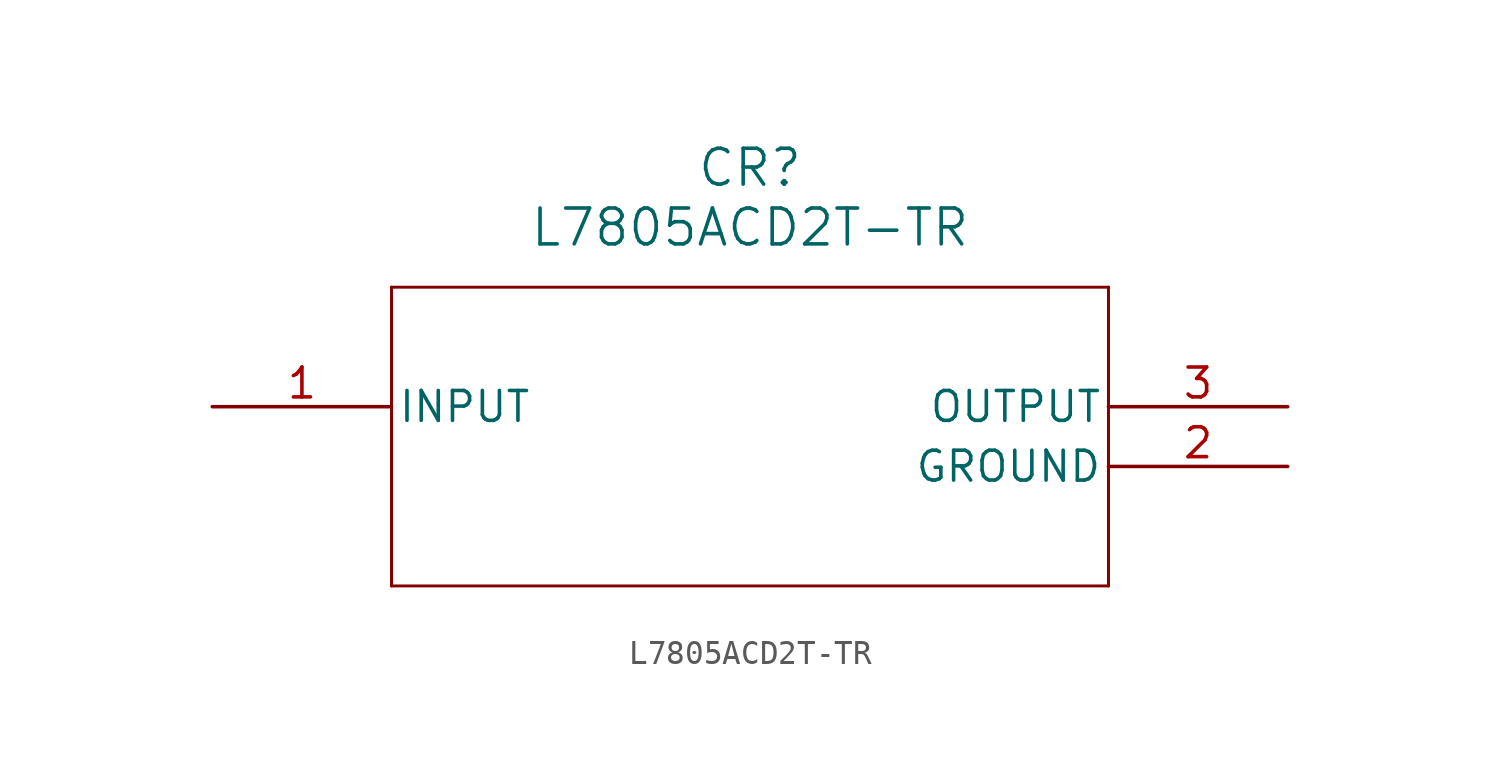
<source format=kicad_sym>
(kicad_symbol_lib
  (version 20211014)
  (generator kicad_symbol_editor)
  (symbol "L7805ACD2T-TR"
    (pin_names
      (offset 0.254))
    (property "Reference" "CR"
      (at 22.86 10.16 0)
      (effects (font (size 1.524 1.524))))
    (property "Value" "L7805ACD2T-TR"
      (at 22.86 7.62 0)
      (effects (font (size 1.524 1.524))))
    (symbol "L7805ACD2T-TR_0_1"
      (polyline (pts (xy 7.62 5.08) (xy 7.62 -7.62)) (stroke (width 0.127) (type default) (color 0 0 0 0)) (fill (type none)))
      (polyline (pts (xy 7.62 -7.62) (xy 38.1 -7.62)) (stroke (width 0.127) (type default) (color 0 0 0 0)) (fill (type none)))
      (polyline (pts (xy 38.1 -7.62) (xy 38.1 5.08)) (stroke (width 0.127) (type default) (color 0 0 0 0)) (fill (type none)))
      (polyline (pts (xy 38.1 5.08) (xy 7.62 5.08)) (stroke (width 0.127) (type default) (color 0 0 0 0)) (fill (type none)))
      (pin input line (at 0 0 0) (length 7.62) (name "INPUT" (effects (font (size 1.27 1.27)))) (number "1" (effects (font (size 1.27 1.27)))))
      (pin power_out line (at 45.72 -2.54 180) (length 7.62) (name "GROUND" (effects (font (size 1.27 1.27)))) (number "2" (effects (font (size 1.27 1.27)))))
      (pin output line (at 45.72 0 180) (length 7.62) (name "OUTPUT" (effects (font (size 1.27 1.27)))) (number "3" (effects (font (size 1.27 1.27))))))))
</source>
